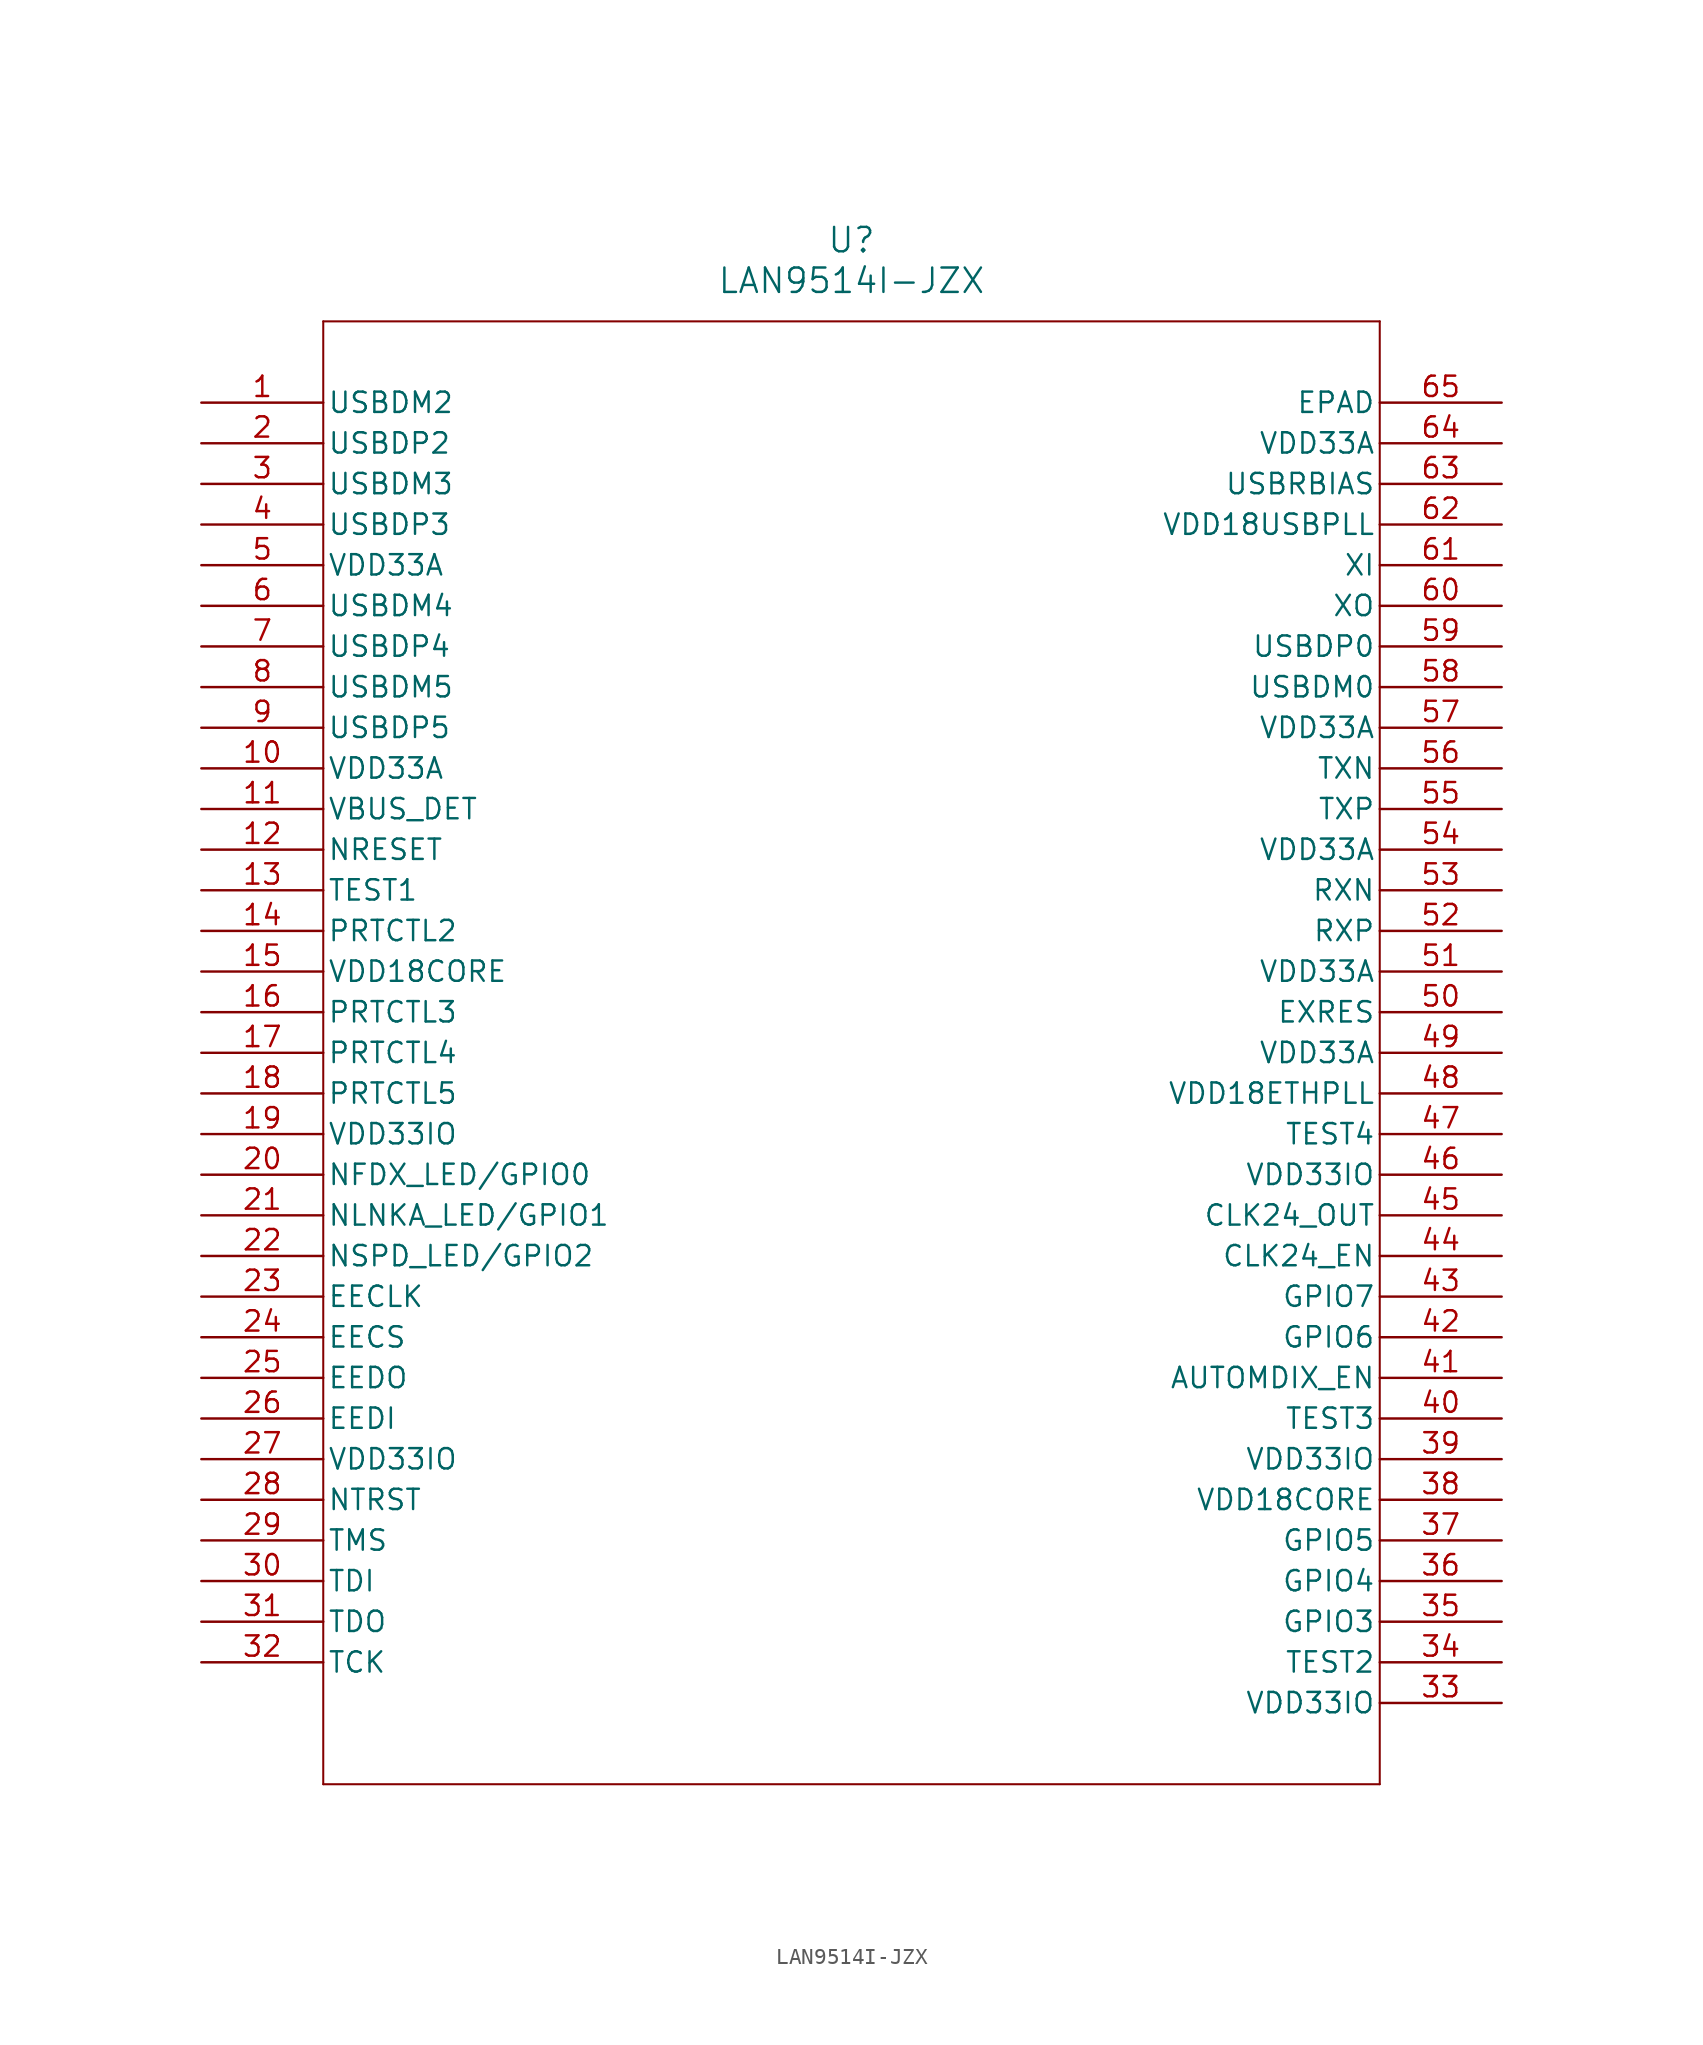
<source format=kicad_sym>
(kicad_symbol_lib
  (version 20211014)
  (generator kicad_symbol_editor)
  (symbol "LAN9514I-JZX"
    (pin_names
      (offset 0.254))
    (property "Reference" "U"
      (at 40.64 10.16 0)
      (effects (font (size 1.524 1.524))))
    (property "Value" "LAN9514I-JZX"
      (at 40.64 7.62 0)
      (effects (font (size 1.524 1.524))))
    (symbol "LAN9514I-JZX_0_1"
      (polyline (pts (xy 7.62 5.08) (xy 7.62 -86.36)) (stroke (width 0.127) (type default) (color 0 0 0 0)) (fill (type none)))
      (polyline (pts (xy 7.62 -86.36) (xy 73.66 -86.36)) (stroke (width 0.127) (type default) (color 0 0 0 0)) (fill (type none)))
      (polyline (pts (xy 73.66 -86.36) (xy 73.66 5.08)) (stroke (width 0.127) (type default) (color 0 0 0 0)) (fill (type none)))
      (polyline (pts (xy 73.66 5.08) (xy 7.62 5.08)) (stroke (width 0.127) (type default) (color 0 0 0 0)) (fill (type none)))
      (pin unspecified line (at 0 0 0) (length 7.62) (name "USBDM2" (effects (font (size 1.27 1.27)))) (number "1" (effects (font (size 1.27 1.27)))))
      (pin unspecified line (at 0 -2.54 0) (length 7.62) (name "USBDP2" (effects (font (size 1.27 1.27)))) (number "2" (effects (font (size 1.27 1.27)))))
      (pin unspecified line (at 0 -5.08 0) (length 7.62) (name "USBDM3" (effects (font (size 1.27 1.27)))) (number "3" (effects (font (size 1.27 1.27)))))
      (pin unspecified line (at 0 -7.62 0) (length 7.62) (name "USBDP3" (effects (font (size 1.27 1.27)))) (number "4" (effects (font (size 1.27 1.27)))))
      (pin power_in line (at 0 -10.16 0) (length 7.62) (name "VDD33A" (effects (font (size 1.27 1.27)))) (number "5" (effects (font (size 1.27 1.27)))))
      (pin unspecified line (at 0 -12.7 0) (length 7.62) (name "USBDM4" (effects (font (size 1.27 1.27)))) (number "6" (effects (font (size 1.27 1.27)))))
      (pin unspecified line (at 0 -15.24 0) (length 7.62) (name "USBDP4" (effects (font (size 1.27 1.27)))) (number "7" (effects (font (size 1.27 1.27)))))
      (pin unspecified line (at 0 -17.78 0) (length 7.62) (name "USBDM5" (effects (font (size 1.27 1.27)))) (number "8" (effects (font (size 1.27 1.27)))))
      (pin unspecified line (at 0 -20.32 0) (length 7.62) (name "USBDP5" (effects (font (size 1.27 1.27)))) (number "9" (effects (font (size 1.27 1.27)))))
      (pin power_in line (at 0 -22.86 0) (length 7.62) (name "VDD33A" (effects (font (size 1.27 1.27)))) (number "10" (effects (font (size 1.27 1.27)))))
      (pin unspecified line (at 0 -25.4 0) (length 7.62) (name "VBUS_DET" (effects (font (size 1.27 1.27)))) (number "11" (effects (font (size 1.27 1.27)))))
      (pin unspecified line (at 0 -27.94 0) (length 7.62) (name "NRESET" (effects (font (size 1.27 1.27)))) (number "12" (effects (font (size 1.27 1.27)))))
      (pin unspecified line (at 0 -30.48 0) (length 7.62) (name "TEST1" (effects (font (size 1.27 1.27)))) (number "13" (effects (font (size 1.27 1.27)))))
      (pin unspecified line (at 0 -33.02 0) (length 7.62) (name "PRTCTL2" (effects (font (size 1.27 1.27)))) (number "14" (effects (font (size 1.27 1.27)))))
      (pin power_in line (at 0 -35.56 0) (length 7.62) (name "VDD18CORE" (effects (font (size 1.27 1.27)))) (number "15" (effects (font (size 1.27 1.27)))))
      (pin unspecified line (at 0 -38.1 0) (length 7.62) (name "PRTCTL3" (effects (font (size 1.27 1.27)))) (number "16" (effects (font (size 1.27 1.27)))))
      (pin unspecified line (at 0 -40.64 0) (length 7.62) (name "PRTCTL4" (effects (font (size 1.27 1.27)))) (number "17" (effects (font (size 1.27 1.27)))))
      (pin unspecified line (at 0 -43.18 0) (length 7.62) (name "PRTCTL5" (effects (font (size 1.27 1.27)))) (number "18" (effects (font (size 1.27 1.27)))))
      (pin power_in line (at 0 -45.72 0) (length 7.62) (name "VDD33IO" (effects (font (size 1.27 1.27)))) (number "19" (effects (font (size 1.27 1.27)))))
      (pin unspecified line (at 0 -48.26 0) (length 7.62) (name "NFDX_LED/GPIO0" (effects (font (size 1.27 1.27)))) (number "20" (effects (font (size 1.27 1.27)))))
      (pin unspecified line (at 0 -50.8 0) (length 7.62) (name "NLNKA_LED/GPIO1" (effects (font (size 1.27 1.27)))) (number "21" (effects (font (size 1.27 1.27)))))
      (pin unspecified line (at 0 -53.34 0) (length 7.62) (name "NSPD_LED/GPIO2" (effects (font (size 1.27 1.27)))) (number "22" (effects (font (size 1.27 1.27)))))
      (pin unspecified line (at 0 -55.88 0) (length 7.62) (name "EECLK" (effects (font (size 1.27 1.27)))) (number "23" (effects (font (size 1.27 1.27)))))
      (pin unspecified line (at 0 -58.42 0) (length 7.62) (name "EECS" (effects (font (size 1.27 1.27)))) (number "24" (effects (font (size 1.27 1.27)))))
      (pin unspecified line (at 0 -60.96 0) (length 7.62) (name "EEDO" (effects (font (size 1.27 1.27)))) (number "25" (effects (font (size 1.27 1.27)))))
      (pin unspecified line (at 0 -63.5 0) (length 7.62) (name "EEDI" (effects (font (size 1.27 1.27)))) (number "26" (effects (font (size 1.27 1.27)))))
      (pin power_in line (at 0 -66.04 0) (length 7.62) (name "VDD33IO" (effects (font (size 1.27 1.27)))) (number "27" (effects (font (size 1.27 1.27)))))
      (pin unspecified line (at 0 -68.58 0) (length 7.62) (name "NTRST" (effects (font (size 1.27 1.27)))) (number "28" (effects (font (size 1.27 1.27)))))
      (pin unspecified line (at 0 -71.12 0) (length 7.62) (name "TMS" (effects (font (size 1.27 1.27)))) (number "29" (effects (font (size 1.27 1.27)))))
      (pin unspecified line (at 0 -73.66 0) (length 7.62) (name "TDI" (effects (font (size 1.27 1.27)))) (number "30" (effects (font (size 1.27 1.27)))))
      (pin unspecified line (at 0 -76.2 0) (length 7.62) (name "TDO" (effects (font (size 1.27 1.27)))) (number "31" (effects (font (size 1.27 1.27)))))
      (pin unspecified line (at 0 -78.74 0) (length 7.62) (name "TCK" (effects (font (size 1.27 1.27)))) (number "32" (effects (font (size 1.27 1.27)))))
      (pin power_in line (at 81.28 -81.28 180) (length 7.62) (name "VDD33IO" (effects (font (size 1.27 1.27)))) (number "33" (effects (font (size 1.27 1.27)))))
      (pin unspecified line (at 81.28 -78.74 180) (length 7.62) (name "TEST2" (effects (font (size 1.27 1.27)))) (number "34" (effects (font (size 1.27 1.27)))))
      (pin unspecified line (at 81.28 -76.2 180) (length 7.62) (name "GPIO3" (effects (font (size 1.27 1.27)))) (number "35" (effects (font (size 1.27 1.27)))))
      (pin unspecified line (at 81.28 -73.66 180) (length 7.62) (name "GPIO4" (effects (font (size 1.27 1.27)))) (number "36" (effects (font (size 1.27 1.27)))))
      (pin unspecified line (at 81.28 -71.12 180) (length 7.62) (name "GPIO5" (effects (font (size 1.27 1.27)))) (number "37" (effects (font (size 1.27 1.27)))))
      (pin power_in line (at 81.28 -68.58 180) (length 7.62) (name "VDD18CORE" (effects (font (size 1.27 1.27)))) (number "38" (effects (font (size 1.27 1.27)))))
      (pin power_in line (at 81.28 -66.04 180) (length 7.62) (name "VDD33IO" (effects (font (size 1.27 1.27)))) (number "39" (effects (font (size 1.27 1.27)))))
      (pin unspecified line (at 81.28 -63.5 180) (length 7.62) (name "TEST3" (effects (font (size 1.27 1.27)))) (number "40" (effects (font (size 1.27 1.27)))))
      (pin unspecified line (at 81.28 -60.96 180) (length 7.62) (name "AUTOMDIX_EN" (effects (font (size 1.27 1.27)))) (number "41" (effects (font (size 1.27 1.27)))))
      (pin unspecified line (at 81.28 -58.42 180) (length 7.62) (name "GPIO6" (effects (font (size 1.27 1.27)))) (number "42" (effects (font (size 1.27 1.27)))))
      (pin unspecified line (at 81.28 -55.88 180) (length 7.62) (name "GPIO7" (effects (font (size 1.27 1.27)))) (number "43" (effects (font (size 1.27 1.27)))))
      (pin unspecified line (at 81.28 -53.34 180) (length 7.62) (name "CLK24_EN" (effects (font (size 1.27 1.27)))) (number "44" (effects (font (size 1.27 1.27)))))
      (pin unspecified line (at 81.28 -50.8 180) (length 7.62) (name "CLK24_OUT" (effects (font (size 1.27 1.27)))) (number "45" (effects (font (size 1.27 1.27)))))
      (pin power_in line (at 81.28 -48.26 180) (length 7.62) (name "VDD33IO" (effects (font (size 1.27 1.27)))) (number "46" (effects (font (size 1.27 1.27)))))
      (pin unspecified line (at 81.28 -45.72 180) (length 7.62) (name "TEST4" (effects (font (size 1.27 1.27)))) (number "47" (effects (font (size 1.27 1.27)))))
      (pin power_in line (at 81.28 -43.18 180) (length 7.62) (name "VDD18ETHPLL" (effects (font (size 1.27 1.27)))) (number "48" (effects (font (size 1.27 1.27)))))
      (pin power_in line (at 81.28 -40.64 180) (length 7.62) (name "VDD33A" (effects (font (size 1.27 1.27)))) (number "49" (effects (font (size 1.27 1.27)))))
      (pin unspecified line (at 81.28 -38.1 180) (length 7.62) (name "EXRES" (effects (font (size 1.27 1.27)))) (number "50" (effects (font (size 1.27 1.27)))))
      (pin power_in line (at 81.28 -35.56 180) (length 7.62) (name "VDD33A" (effects (font (size 1.27 1.27)))) (number "51" (effects (font (size 1.27 1.27)))))
      (pin unspecified line (at 81.28 -33.02 180) (length 7.62) (name "RXP" (effects (font (size 1.27 1.27)))) (number "52" (effects (font (size 1.27 1.27)))))
      (pin unspecified line (at 81.28 -30.48 180) (length 7.62) (name "RXN" (effects (font (size 1.27 1.27)))) (number "53" (effects (font (size 1.27 1.27)))))
      (pin power_in line (at 81.28 -27.94 180) (length 7.62) (name "VDD33A" (effects (font (size 1.27 1.27)))) (number "54" (effects (font (size 1.27 1.27)))))
      (pin unspecified line (at 81.28 -25.4 180) (length 7.62) (name "TXP" (effects (font (size 1.27 1.27)))) (number "55" (effects (font (size 1.27 1.27)))))
      (pin unspecified line (at 81.28 -22.86 180) (length 7.62) (name "TXN" (effects (font (size 1.27 1.27)))) (number "56" (effects (font (size 1.27 1.27)))))
      (pin power_in line (at 81.28 -20.32 180) (length 7.62) (name "VDD33A" (effects (font (size 1.27 1.27)))) (number "57" (effects (font (size 1.27 1.27)))))
      (pin unspecified line (at 81.28 -17.78 180) (length 7.62) (name "USBDM0" (effects (font (size 1.27 1.27)))) (number "58" (effects (font (size 1.27 1.27)))))
      (pin unspecified line (at 81.28 -15.24 180) (length 7.62) (name "USBDP0" (effects (font (size 1.27 1.27)))) (number "59" (effects (font (size 1.27 1.27)))))
      (pin unspecified line (at 81.28 -12.7 180) (length 7.62) (name "XO" (effects (font (size 1.27 1.27)))) (number "60" (effects (font (size 1.27 1.27)))))
      (pin unspecified line (at 81.28 -10.16 180) (length 7.62) (name "XI" (effects (font (size 1.27 1.27)))) (number "61" (effects (font (size 1.27 1.27)))))
      (pin power_in line (at 81.28 -7.62 180) (length 7.62) (name "VDD18USBPLL" (effects (font (size 1.27 1.27)))) (number "62" (effects (font (size 1.27 1.27)))))
      (pin unspecified line (at 81.28 -5.08 180) (length 7.62) (name "USBRBIAS" (effects (font (size 1.27 1.27)))) (number "63" (effects (font (size 1.27 1.27)))))
      (pin power_in line (at 81.28 -2.54 180) (length 7.62) (name "VDD33A" (effects (font (size 1.27 1.27)))) (number "64" (effects (font (size 1.27 1.27)))))
      (pin unspecified line (at 81.28 0 180) (length 7.62) (name "EPAD" (effects (font (size 1.27 1.27)))) (number "65" (effects (font (size 1.27 1.27))))))))
</source>
